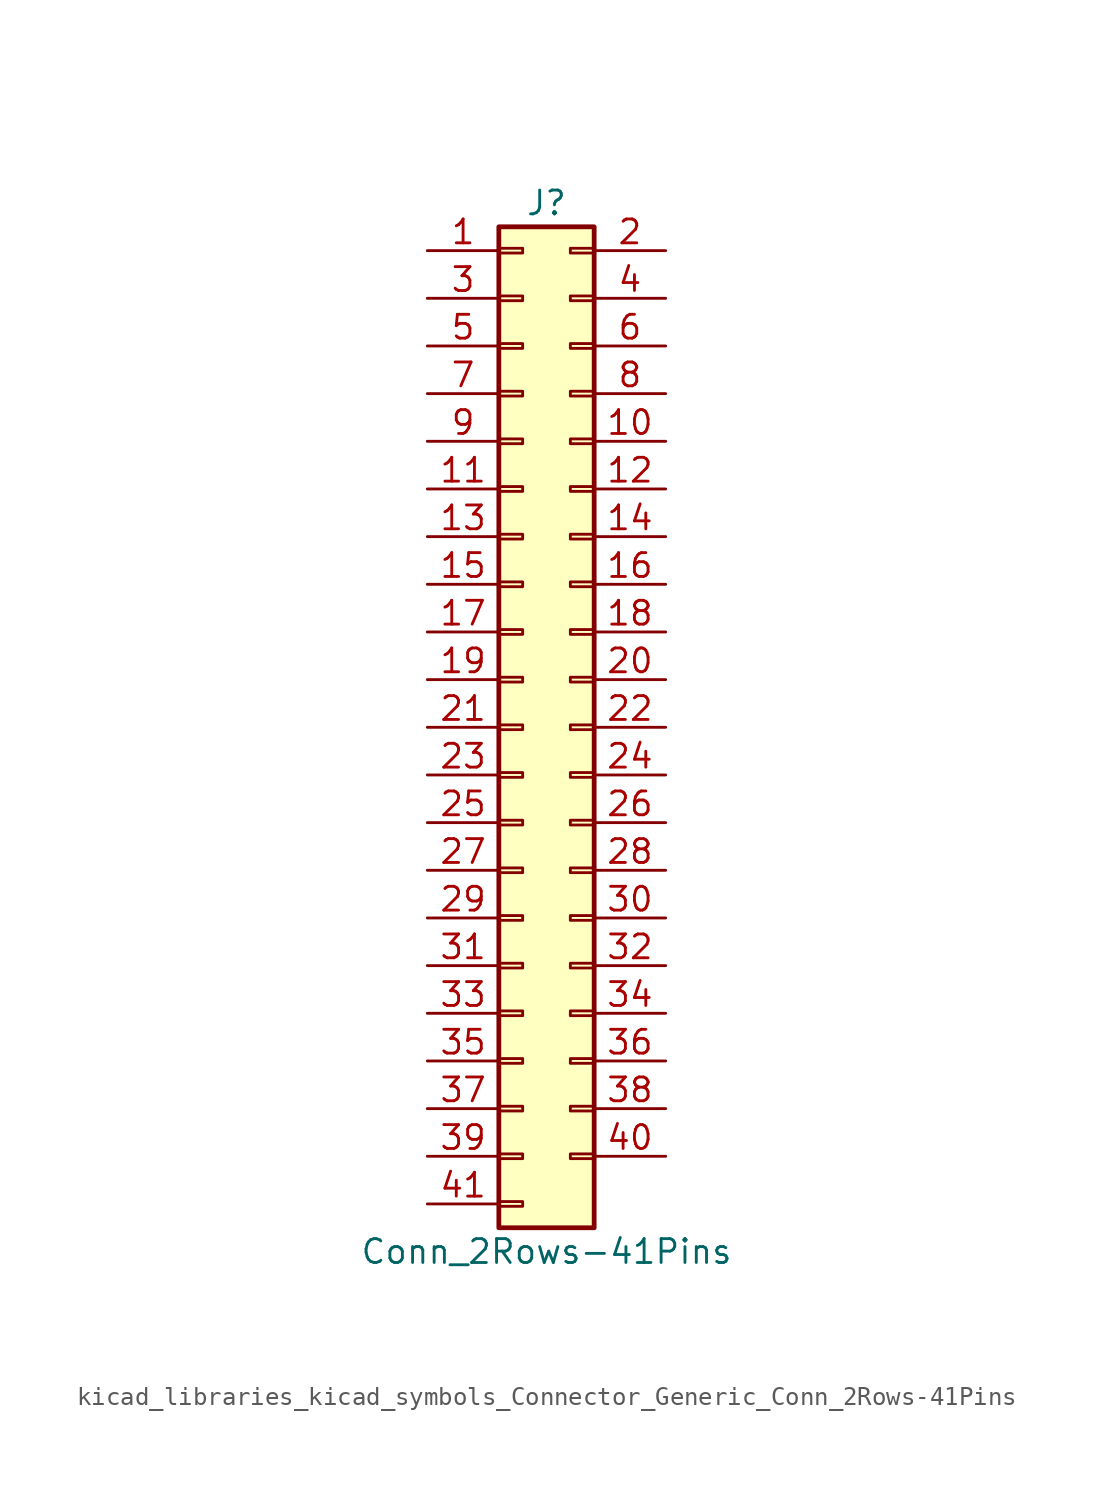
<source format=kicad_sym>
(kicad_symbol_lib
  (version 20220914)
  (generator kicad_symbol_editor)
  (symbol "kicad_libraries_kicad_symbols_Connector_Generic_Conn_2Rows-41Pins"
    (pin_names
      (offset 1.016) hide)
    (property "Reference" "J"
      (at 1.27 27.94 0)
      (effects (font (size 1.27 1.27))))
    (property "Value" "Conn_2Rows-41Pins"
      (at 1.27 -27.94 0)
      (effects (font (size 1.27 1.27))))
    (symbol "kicad_libraries_kicad_symbols_Connector_Generic_Conn_2Rows-41Pins_1_1"
      (rectangle (start -1.27 -25.273) (end 0 -25.527) (stroke (width 0.152) (type default)) (fill (type none)))
      (rectangle (start -1.27 -22.733) (end 0 -22.987) (stroke (width 0.152) (type default)) (fill (type none)))
      (rectangle (start -1.27 -20.193) (end 0 -20.447) (stroke (width 0.152) (type default)) (fill (type none)))
      (rectangle (start -1.27 -17.653) (end 0 -17.907) (stroke (width 0.152) (type default)) (fill (type none)))
      (rectangle (start -1.27 -15.113) (end 0 -15.367) (stroke (width 0.152) (type default)) (fill (type none)))
      (rectangle (start -1.27 -12.573) (end 0 -12.827) (stroke (width 0.152) (type default)) (fill (type none)))
      (rectangle (start -1.27 -10.033) (end 0 -10.287) (stroke (width 0.152) (type default)) (fill (type none)))
      (rectangle (start -1.27 -7.493) (end 0 -7.747) (stroke (width 0.152) (type default)) (fill (type none)))
      (rectangle (start -1.27 -4.953) (end 0 -5.207) (stroke (width 0.152) (type default)) (fill (type none)))
      (rectangle (start -1.27 -2.413) (end 0 -2.667) (stroke (width 0.152) (type default)) (fill (type none)))
      (rectangle (start -1.27 0.127) (end 0 -0.127) (stroke (width 0.152) (type default)) (fill (type none)))
      (rectangle (start -1.27 2.667) (end 0 2.413) (stroke (width 0.152) (type default)) (fill (type none)))
      (rectangle (start -1.27 5.207) (end 0 4.953) (stroke (width 0.152) (type default)) (fill (type none)))
      (rectangle (start -1.27 7.747) (end 0 7.493) (stroke (width 0.152) (type default)) (fill (type none)))
      (rectangle (start -1.27 10.287) (end 0 10.033) (stroke (width 0.152) (type default)) (fill (type none)))
      (rectangle (start -1.27 12.827) (end 0 12.573) (stroke (width 0.152) (type default)) (fill (type none)))
      (rectangle (start -1.27 15.367) (end 0 15.113) (stroke (width 0.152) (type default)) (fill (type none)))
      (rectangle (start -1.27 17.907) (end 0 17.653) (stroke (width 0.152) (type default)) (fill (type none)))
      (rectangle (start -1.27 20.447) (end 0 20.193) (stroke (width 0.152) (type default)) (fill (type none)))
      (rectangle (start -1.27 22.987) (end 0 22.733) (stroke (width 0.152) (type default)) (fill (type none)))
      (rectangle (start -1.27 25.527) (end 0 25.273) (stroke (width 0.152) (type default)) (fill (type none)))
      (rectangle (start -1.27 26.67) (end 3.81 -26.67) (stroke (width 0.254) (type default)) (fill (type background)))
      (rectangle (start 3.81 -22.733) (end 2.54 -22.987) (stroke (width 0.152) (type default)) (fill (type none)))
      (rectangle (start 3.81 -20.193) (end 2.54 -20.447) (stroke (width 0.152) (type default)) (fill (type none)))
      (rectangle (start 3.81 -17.653) (end 2.54 -17.907) (stroke (width 0.152) (type default)) (fill (type none)))
      (rectangle (start 3.81 -15.113) (end 2.54 -15.367) (stroke (width 0.152) (type default)) (fill (type none)))
      (rectangle (start 3.81 -12.573) (end 2.54 -12.827) (stroke (width 0.152) (type default)) (fill (type none)))
      (rectangle (start 3.81 -10.033) (end 2.54 -10.287) (stroke (width 0.152) (type default)) (fill (type none)))
      (rectangle (start 3.81 -7.493) (end 2.54 -7.747) (stroke (width 0.152) (type default)) (fill (type none)))
      (rectangle (start 3.81 -4.953) (end 2.54 -5.207) (stroke (width 0.152) (type default)) (fill (type none)))
      (rectangle (start 3.81 -2.413) (end 2.54 -2.667) (stroke (width 0.152) (type default)) (fill (type none)))
      (rectangle (start 3.81 0.127) (end 2.54 -0.127) (stroke (width 0.152) (type default)) (fill (type none)))
      (rectangle (start 3.81 2.667) (end 2.54 2.413) (stroke (width 0.152) (type default)) (fill (type none)))
      (rectangle (start 3.81 5.207) (end 2.54 4.953) (stroke (width 0.152) (type default)) (fill (type none)))
      (rectangle (start 3.81 7.747) (end 2.54 7.493) (stroke (width 0.152) (type default)) (fill (type none)))
      (rectangle (start 3.81 10.287) (end 2.54 10.033) (stroke (width 0.152) (type default)) (fill (type none)))
      (rectangle (start 3.81 12.827) (end 2.54 12.573) (stroke (width 0.152) (type default)) (fill (type none)))
      (rectangle (start 3.81 15.367) (end 2.54 15.113) (stroke (width 0.152) (type default)) (fill (type none)))
      (rectangle (start 3.81 17.907) (end 2.54 17.653) (stroke (width 0.152) (type default)) (fill (type none)))
      (rectangle (start 3.81 20.447) (end 2.54 20.193) (stroke (width 0.152) (type default)) (fill (type none)))
      (rectangle (start 3.81 22.987) (end 2.54 22.733) (stroke (width 0.152) (type default)) (fill (type none)))
      (rectangle (start 3.81 25.527) (end 2.54 25.273) (stroke (width 0.152) (type default)) (fill (type none)))
      (pin passive line (at -5.08 25.4 0) (length 3.81) (name "Pin_1" (effects (font (size 1.27 1.27)))) (number "1" (effects (font (size 1.27 1.27)))))
      (pin passive line (at 7.62 15.24 180) (length 3.81) (name "Pin_10" (effects (font (size 1.27 1.27)))) (number "10" (effects (font (size 1.27 1.27)))))
      (pin passive line (at -5.08 12.7 0) (length 3.81) (name "Pin_11" (effects (font (size 1.27 1.27)))) (number "11" (effects (font (size 1.27 1.27)))))
      (pin passive line (at 7.62 12.7 180) (length 3.81) (name "Pin_12" (effects (font (size 1.27 1.27)))) (number "12" (effects (font (size 1.27 1.27)))))
      (pin passive line (at -5.08 10.16 0) (length 3.81) (name "Pin_13" (effects (font (size 1.27 1.27)))) (number "13" (effects (font (size 1.27 1.27)))))
      (pin passive line (at 7.62 10.16 180) (length 3.81) (name "Pin_14" (effects (font (size 1.27 1.27)))) (number "14" (effects (font (size 1.27 1.27)))))
      (pin passive line (at -5.08 7.62 0) (length 3.81) (name "Pin_15" (effects (font (size 1.27 1.27)))) (number "15" (effects (font (size 1.27 1.27)))))
      (pin passive line (at 7.62 7.62 180) (length 3.81) (name "Pin_16" (effects (font (size 1.27 1.27)))) (number "16" (effects (font (size 1.27 1.27)))))
      (pin passive line (at -5.08 5.08 0) (length 3.81) (name "Pin_17" (effects (font (size 1.27 1.27)))) (number "17" (effects (font (size 1.27 1.27)))))
      (pin passive line (at 7.62 5.08 180) (length 3.81) (name "Pin_18" (effects (font (size 1.27 1.27)))) (number "18" (effects (font (size 1.27 1.27)))))
      (pin passive line (at -5.08 2.54 0) (length 3.81) (name "Pin_19" (effects (font (size 1.27 1.27)))) (number "19" (effects (font (size 1.27 1.27)))))
      (pin passive line (at 7.62 25.4 180) (length 3.81) (name "Pin_2" (effects (font (size 1.27 1.27)))) (number "2" (effects (font (size 1.27 1.27)))))
      (pin passive line (at 7.62 2.54 180) (length 3.81) (name "Pin_20" (effects (font (size 1.27 1.27)))) (number "20" (effects (font (size 1.27 1.27)))))
      (pin passive line (at -5.08 0 0) (length 3.81) (name "Pin_21" (effects (font (size 1.27 1.27)))) (number "21" (effects (font (size 1.27 1.27)))))
      (pin passive line (at 7.62 0 180) (length 3.81) (name "Pin_22" (effects (font (size 1.27 1.27)))) (number "22" (effects (font (size 1.27 1.27)))))
      (pin passive line (at -5.08 -2.54 0) (length 3.81) (name "Pin_23" (effects (font (size 1.27 1.27)))) (number "23" (effects (font (size 1.27 1.27)))))
      (pin passive line (at 7.62 -2.54 180) (length 3.81) (name "Pin_24" (effects (font (size 1.27 1.27)))) (number "24" (effects (font (size 1.27 1.27)))))
      (pin passive line (at -5.08 -5.08 0) (length 3.81) (name "Pin_25" (effects (font (size 1.27 1.27)))) (number "25" (effects (font (size 1.27 1.27)))))
      (pin passive line (at 7.62 -5.08 180) (length 3.81) (name "Pin_26" (effects (font (size 1.27 1.27)))) (number "26" (effects (font (size 1.27 1.27)))))
      (pin passive line (at -5.08 -7.62 0) (length 3.81) (name "Pin_27" (effects (font (size 1.27 1.27)))) (number "27" (effects (font (size 1.27 1.27)))))
      (pin passive line (at 7.62 -7.62 180) (length 3.81) (name "Pin_28" (effects (font (size 1.27 1.27)))) (number "28" (effects (font (size 1.27 1.27)))))
      (pin passive line (at -5.08 -10.16 0) (length 3.81) (name "Pin_29" (effects (font (size 1.27 1.27)))) (number "29" (effects (font (size 1.27 1.27)))))
      (pin passive line (at -5.08 22.86 0) (length 3.81) (name "Pin_3" (effects (font (size 1.27 1.27)))) (number "3" (effects (font (size 1.27 1.27)))))
      (pin passive line (at 7.62 -10.16 180) (length 3.81) (name "Pin_30" (effects (font (size 1.27 1.27)))) (number "30" (effects (font (size 1.27 1.27)))))
      (pin passive line (at -5.08 -12.7 0) (length 3.81) (name "Pin_31" (effects (font (size 1.27 1.27)))) (number "31" (effects (font (size 1.27 1.27)))))
      (pin passive line (at 7.62 -12.7 180) (length 3.81) (name "Pin_32" (effects (font (size 1.27 1.27)))) (number "32" (effects (font (size 1.27 1.27)))))
      (pin passive line (at -5.08 -15.24 0) (length 3.81) (name "Pin_33" (effects (font (size 1.27 1.27)))) (number "33" (effects (font (size 1.27 1.27)))))
      (pin passive line (at 7.62 -15.24 180) (length 3.81) (name "Pin_34" (effects (font (size 1.27 1.27)))) (number "34" (effects (font (size 1.27 1.27)))))
      (pin passive line (at -5.08 -17.78 0) (length 3.81) (name "Pin_35" (effects (font (size 1.27 1.27)))) (number "35" (effects (font (size 1.27 1.27)))))
      (pin passive line (at 7.62 -17.78 180) (length 3.81) (name "Pin_36" (effects (font (size 1.27 1.27)))) (number "36" (effects (font (size 1.27 1.27)))))
      (pin passive line (at -5.08 -20.32 0) (length 3.81) (name "Pin_37" (effects (font (size 1.27 1.27)))) (number "37" (effects (font (size 1.27 1.27)))))
      (pin passive line (at 7.62 -20.32 180) (length 3.81) (name "Pin_38" (effects (font (size 1.27 1.27)))) (number "38" (effects (font (size 1.27 1.27)))))
      (pin passive line (at -5.08 -22.86 0) (length 3.81) (name "Pin_39" (effects (font (size 1.27 1.27)))) (number "39" (effects (font (size 1.27 1.27)))))
      (pin passive line (at 7.62 22.86 180) (length 3.81) (name "Pin_4" (effects (font (size 1.27 1.27)))) (number "4" (effects (font (size 1.27 1.27)))))
      (pin passive line (at 7.62 -22.86 180) (length 3.81) (name "Pin_40" (effects (font (size 1.27 1.27)))) (number "40" (effects (font (size 1.27 1.27)))))
      (pin passive line (at -5.08 -25.4 0) (length 3.81) (name "Pin_41" (effects (font (size 1.27 1.27)))) (number "41" (effects (font (size 1.27 1.27)))))
      (pin passive line (at -5.08 20.32 0) (length 3.81) (name "Pin_5" (effects (font (size 1.27 1.27)))) (number "5" (effects (font (size 1.27 1.27)))))
      (pin passive line (at 7.62 20.32 180) (length 3.81) (name "Pin_6" (effects (font (size 1.27 1.27)))) (number "6" (effects (font (size 1.27 1.27)))))
      (pin passive line (at -5.08 17.78 0) (length 3.81) (name "Pin_7" (effects (font (size 1.27 1.27)))) (number "7" (effects (font (size 1.27 1.27)))))
      (pin passive line (at 7.62 17.78 180) (length 3.81) (name "Pin_8" (effects (font (size 1.27 1.27)))) (number "8" (effects (font (size 1.27 1.27)))))
      (pin passive line (at -5.08 15.24 0) (length 3.81) (name "Pin_9" (effects (font (size 1.27 1.27)))) (number "9" (effects (font (size 1.27 1.27))))))))
</source>
